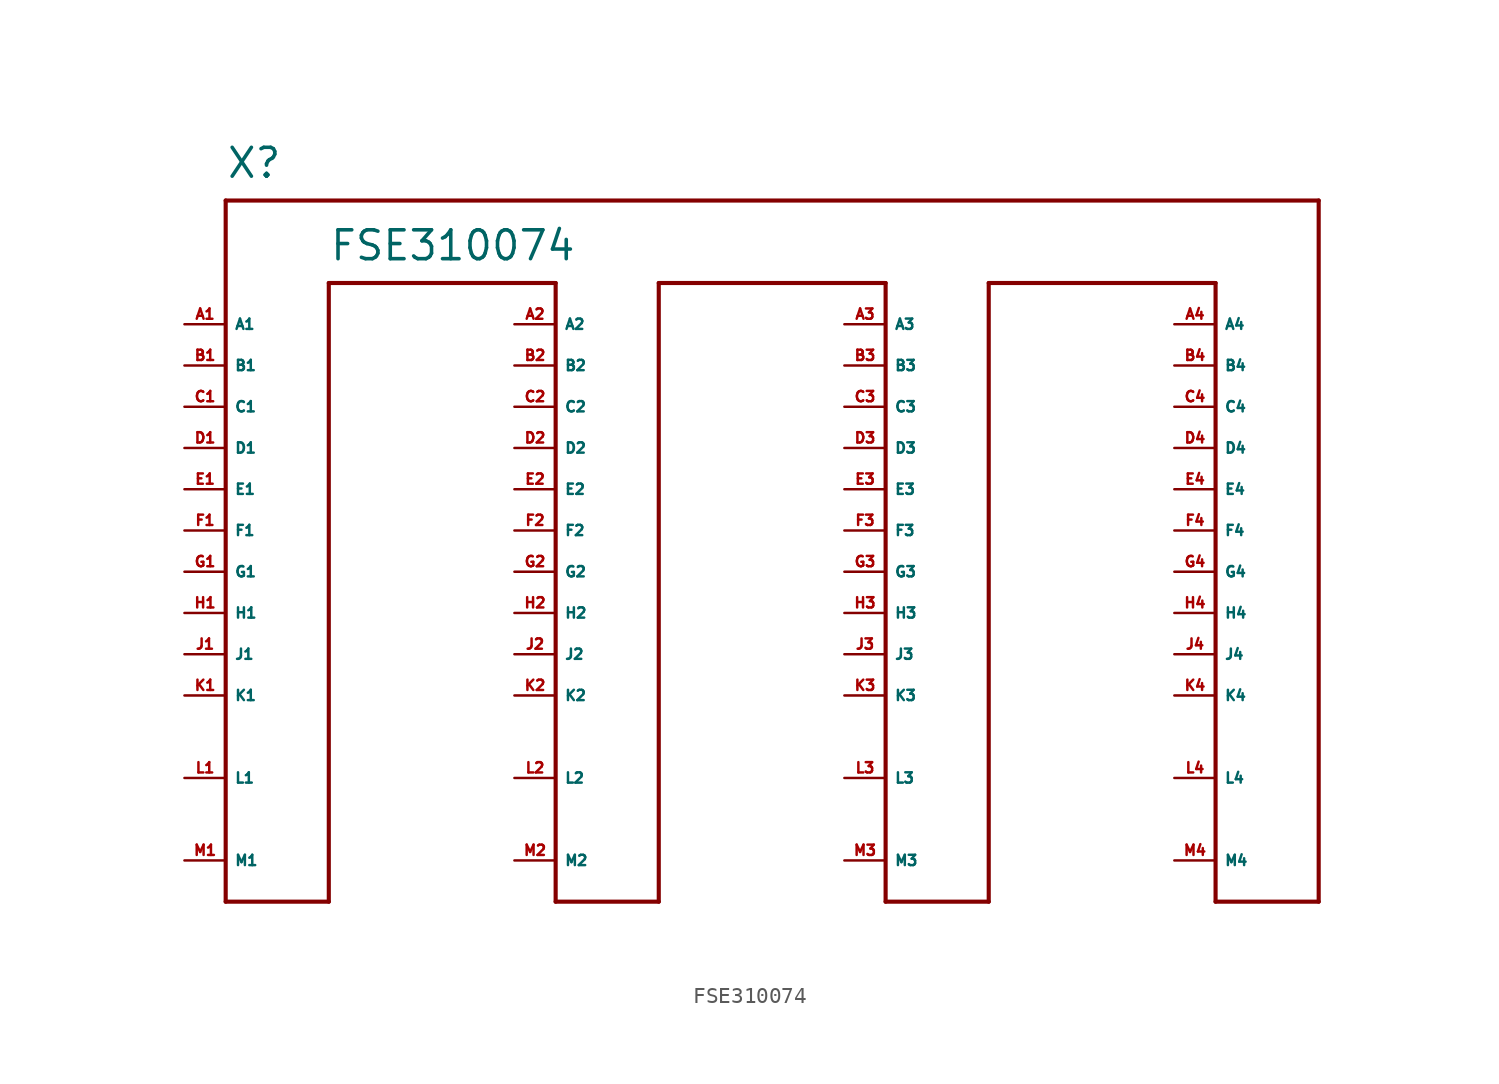
<source format=kicad_sym>
(kicad_symbol_lib
  (version 20220914)
  (generator Eagle2Kicad)
  (symbol "FSE310074"
    (property "Reference" "X"
      (at -40.64 24.13 0)
      (effects (font (size 1.778 1.778) (thickness 0.22)) (justify left bottom)))
    (property "Value" "FSE310074"
      (at -34.29 19.05 0)
      (effects (font (size 1.778 1.778) (thickness 0.22)) (justify left bottom)))
    (polyline
      (pts (xy -40.64 -20.32) (xy -40.64 22.86))
      (stroke (width 0.254) (type default))
      (fill (type none)))
    (polyline
      (pts (xy -40.64 22.86) (xy 26.67 22.86))
      (stroke (width 0.254) (type default))
      (fill (type none)))
    (polyline
      (pts (xy 26.67 22.86) (xy 26.67 -20.32))
      (stroke (width 0.254) (type default))
      (fill (type none)))
    (polyline
      (pts (xy 26.67 -20.32) (xy 20.32 -20.32))
      (stroke (width 0.254) (type default))
      (fill (type none)))
    (polyline
      (pts (xy 20.32 -20.32) (xy 20.32 17.78))
      (stroke (width 0.254) (type default))
      (fill (type none)))
    (polyline
      (pts (xy 20.32 17.78) (xy 6.35 17.78))
      (stroke (width 0.254) (type default))
      (fill (type none)))
    (polyline
      (pts (xy 6.35 17.78) (xy 6.35 -20.32))
      (stroke (width 0.254) (type default))
      (fill (type none)))
    (polyline
      (pts (xy 6.35 -20.32) (xy 0 -20.32))
      (stroke (width 0.254) (type default))
      (fill (type none)))
    (polyline
      (pts (xy 0 -20.32) (xy 0 17.78))
      (stroke (width 0.254) (type default))
      (fill (type none)))
    (polyline
      (pts (xy 0 17.78) (xy -13.97 17.78))
      (stroke (width 0.254) (type default))
      (fill (type none)))
    (polyline
      (pts (xy -13.97 17.78) (xy -13.97 -20.32))
      (stroke (width 0.254) (type default))
      (fill (type none)))
    (polyline
      (pts (xy -13.97 -20.32) (xy -20.32 -20.32))
      (stroke (width 0.254) (type default))
      (fill (type none)))
    (polyline
      (pts (xy -20.32 -20.32) (xy -20.32 17.78))
      (stroke (width 0.254) (type default))
      (fill (type none)))
    (polyline
      (pts (xy -20.32 17.78) (xy -34.29 17.78))
      (stroke (width 0.254) (type default))
      (fill (type none)))
    (polyline
      (pts (xy -34.29 17.78) (xy -34.29 -20.32))
      (stroke (width 0.254) (type default))
      (fill (type none)))
    (polyline
      (pts (xy -34.29 -20.32) (xy -40.64 -20.32))
      (stroke (width 0.254) (type default))
      (fill (type none)))
    (pin passive line
      (at -43.18 15.24 0)
      (length 2.54)
      (name "A1" (effects (font (size 0.635 0.635) (thickness 0.08)) (justify left bottom)))
      (number "A1" (effects (font (size 0.635 0.635) (thickness 0.08)) (justify left bottom))))
    (pin passive line
      (at -22.86 15.24 0)
      (length 2.54)
      (name "A2" (effects (font (size 0.635 0.635) (thickness 0.08)) (justify left bottom)))
      (number "A2" (effects (font (size 0.635 0.635) (thickness 0.08)) (justify left bottom))))
    (pin passive line
      (at -2.54 15.24 0)
      (length 2.54)
      (name "A3" (effects (font (size 0.635 0.635) (thickness 0.08)) (justify left bottom)))
      (number "A3" (effects (font (size 0.635 0.635) (thickness 0.08)) (justify left bottom))))
    (pin passive line
      (at 17.78 15.24 0)
      (length 2.54)
      (name "A4" (effects (font (size 0.635 0.635) (thickness 0.08)) (justify left bottom)))
      (number "A4" (effects (font (size 0.635 0.635) (thickness 0.08)) (justify left bottom))))
    (pin passive line
      (at -43.18 12.7 0)
      (length 2.54)
      (name "B1" (effects (font (size 0.635 0.635) (thickness 0.08)) (justify left bottom)))
      (number "B1" (effects (font (size 0.635 0.635) (thickness 0.08)) (justify left bottom))))
    (pin passive line
      (at -22.86 12.7 0)
      (length 2.54)
      (name "B2" (effects (font (size 0.635 0.635) (thickness 0.08)) (justify left bottom)))
      (number "B2" (effects (font (size 0.635 0.635) (thickness 0.08)) (justify left bottom))))
    (pin passive line
      (at -2.54 12.7 0)
      (length 2.54)
      (name "B3" (effects (font (size 0.635 0.635) (thickness 0.08)) (justify left bottom)))
      (number "B3" (effects (font (size 0.635 0.635) (thickness 0.08)) (justify left bottom))))
    (pin passive line
      (at 17.78 12.7 0)
      (length 2.54)
      (name "B4" (effects (font (size 0.635 0.635) (thickness 0.08)) (justify left bottom)))
      (number "B4" (effects (font (size 0.635 0.635) (thickness 0.08)) (justify left bottom))))
    (pin passive line
      (at -43.18 10.16 0)
      (length 2.54)
      (name "C1" (effects (font (size 0.635 0.635) (thickness 0.08)) (justify left bottom)))
      (number "C1" (effects (font (size 0.635 0.635) (thickness 0.08)) (justify left bottom))))
    (pin passive line
      (at -22.86 10.16 0)
      (length 2.54)
      (name "C2" (effects (font (size 0.635 0.635) (thickness 0.08)) (justify left bottom)))
      (number "C2" (effects (font (size 0.635 0.635) (thickness 0.08)) (justify left bottom))))
    (pin passive line
      (at -2.54 10.16 0)
      (length 2.54)
      (name "C3" (effects (font (size 0.635 0.635) (thickness 0.08)) (justify left bottom)))
      (number "C3" (effects (font (size 0.635 0.635) (thickness 0.08)) (justify left bottom))))
    (pin passive line
      (at 17.78 10.16 0)
      (length 2.54)
      (name "C4" (effects (font (size 0.635 0.635) (thickness 0.08)) (justify left bottom)))
      (number "C4" (effects (font (size 0.635 0.635) (thickness 0.08)) (justify left bottom))))
    (pin passive line
      (at -43.18 7.62 0)
      (length 2.54)
      (name "D1" (effects (font (size 0.635 0.635) (thickness 0.08)) (justify left bottom)))
      (number "D1" (effects (font (size 0.635 0.635) (thickness 0.08)) (justify left bottom))))
    (pin passive line
      (at -22.86 7.62 0)
      (length 2.54)
      (name "D2" (effects (font (size 0.635 0.635) (thickness 0.08)) (justify left bottom)))
      (number "D2" (effects (font (size 0.635 0.635) (thickness 0.08)) (justify left bottom))))
    (pin passive line
      (at -2.54 7.62 0)
      (length 2.54)
      (name "D3" (effects (font (size 0.635 0.635) (thickness 0.08)) (justify left bottom)))
      (number "D3" (effects (font (size 0.635 0.635) (thickness 0.08)) (justify left bottom))))
    (pin passive line
      (at 17.78 7.62 0)
      (length 2.54)
      (name "D4" (effects (font (size 0.635 0.635) (thickness 0.08)) (justify left bottom)))
      (number "D4" (effects (font (size 0.635 0.635) (thickness 0.08)) (justify left bottom))))
    (pin passive line
      (at -43.18 5.08 0)
      (length 2.54)
      (name "E1" (effects (font (size 0.635 0.635) (thickness 0.08)) (justify left bottom)))
      (number "E1" (effects (font (size 0.635 0.635) (thickness 0.08)) (justify left bottom))))
    (pin passive line
      (at -22.86 5.08 0)
      (length 2.54)
      (name "E2" (effects (font (size 0.635 0.635) (thickness 0.08)) (justify left bottom)))
      (number "E2" (effects (font (size 0.635 0.635) (thickness 0.08)) (justify left bottom))))
    (pin passive line
      (at -2.54 5.08 0)
      (length 2.54)
      (name "E3" (effects (font (size 0.635 0.635) (thickness 0.08)) (justify left bottom)))
      (number "E3" (effects (font (size 0.635 0.635) (thickness 0.08)) (justify left bottom))))
    (pin passive line
      (at 17.78 5.08 0)
      (length 2.54)
      (name "E4" (effects (font (size 0.635 0.635) (thickness 0.08)) (justify left bottom)))
      (number "E4" (effects (font (size 0.635 0.635) (thickness 0.08)) (justify left bottom))))
    (pin passive line
      (at -43.18 2.54 0)
      (length 2.54)
      (name "F1" (effects (font (size 0.635 0.635) (thickness 0.08)) (justify left bottom)))
      (number "F1" (effects (font (size 0.635 0.635) (thickness 0.08)) (justify left bottom))))
    (pin passive line
      (at -22.86 2.54 0)
      (length 2.54)
      (name "F2" (effects (font (size 0.635 0.635) (thickness 0.08)) (justify left bottom)))
      (number "F2" (effects (font (size 0.635 0.635) (thickness 0.08)) (justify left bottom))))
    (pin passive line
      (at -2.54 2.54 0)
      (length 2.54)
      (name "F3" (effects (font (size 0.635 0.635) (thickness 0.08)) (justify left bottom)))
      (number "F3" (effects (font (size 0.635 0.635) (thickness 0.08)) (justify left bottom))))
    (pin passive line
      (at 17.78 2.54 0)
      (length 2.54)
      (name "F4" (effects (font (size 0.635 0.635) (thickness 0.08)) (justify left bottom)))
      (number "F4" (effects (font (size 0.635 0.635) (thickness 0.08)) (justify left bottom))))
    (pin passive line
      (at -43.18 0 0)
      (length 2.54)
      (name "G1" (effects (font (size 0.635 0.635) (thickness 0.08)) (justify left bottom)))
      (number "G1" (effects (font (size 0.635 0.635) (thickness 0.08)) (justify left bottom))))
    (pin passive line
      (at -22.86 0 0)
      (length 2.54)
      (name "G2" (effects (font (size 0.635 0.635) (thickness 0.08)) (justify left bottom)))
      (number "G2" (effects (font (size 0.635 0.635) (thickness 0.08)) (justify left bottom))))
    (pin passive line
      (at -2.54 0 0)
      (length 2.54)
      (name "G3" (effects (font (size 0.635 0.635) (thickness 0.08)) (justify left bottom)))
      (number "G3" (effects (font (size 0.635 0.635) (thickness 0.08)) (justify left bottom))))
    (pin passive line
      (at 17.78 0 0)
      (length 2.54)
      (name "G4" (effects (font (size 0.635 0.635) (thickness 0.08)) (justify left bottom)))
      (number "G4" (effects (font (size 0.635 0.635) (thickness 0.08)) (justify left bottom))))
    (pin passive line
      (at -43.18 -2.54 0)
      (length 2.54)
      (name "H1" (effects (font (size 0.635 0.635) (thickness 0.08)) (justify left bottom)))
      (number "H1" (effects (font (size 0.635 0.635) (thickness 0.08)) (justify left bottom))))
    (pin passive line
      (at -22.86 -2.54 0)
      (length 2.54)
      (name "H2" (effects (font (size 0.635 0.635) (thickness 0.08)) (justify left bottom)))
      (number "H2" (effects (font (size 0.635 0.635) (thickness 0.08)) (justify left bottom))))
    (pin passive line
      (at -2.54 -2.54 0)
      (length 2.54)
      (name "H3" (effects (font (size 0.635 0.635) (thickness 0.08)) (justify left bottom)))
      (number "H3" (effects (font (size 0.635 0.635) (thickness 0.08)) (justify left bottom))))
    (pin passive line
      (at 17.78 -2.54 0)
      (length 2.54)
      (name "H4" (effects (font (size 0.635 0.635) (thickness 0.08)) (justify left bottom)))
      (number "H4" (effects (font (size 0.635 0.635) (thickness 0.08)) (justify left bottom))))
    (pin passive line
      (at -43.18 -5.08 0)
      (length 2.54)
      (name "J1" (effects (font (size 0.635 0.635) (thickness 0.08)) (justify left bottom)))
      (number "J1" (effects (font (size 0.635 0.635) (thickness 0.08)) (justify left bottom))))
    (pin passive line
      (at -22.86 -5.08 0)
      (length 2.54)
      (name "J2" (effects (font (size 0.635 0.635) (thickness 0.08)) (justify left bottom)))
      (number "J2" (effects (font (size 0.635 0.635) (thickness 0.08)) (justify left bottom))))
    (pin passive line
      (at -2.54 -5.08 0)
      (length 2.54)
      (name "J3" (effects (font (size 0.635 0.635) (thickness 0.08)) (justify left bottom)))
      (number "J3" (effects (font (size 0.635 0.635) (thickness 0.08)) (justify left bottom))))
    (pin passive line
      (at 17.78 -5.08 0)
      (length 2.54)
      (name "J4" (effects (font (size 0.635 0.635) (thickness 0.08)) (justify left bottom)))
      (number "J4" (effects (font (size 0.635 0.635) (thickness 0.08)) (justify left bottom))))
    (pin passive line
      (at -43.18 -7.62 0)
      (length 2.54)
      (name "K1" (effects (font (size 0.635 0.635) (thickness 0.08)) (justify left bottom)))
      (number "K1" (effects (font (size 0.635 0.635) (thickness 0.08)) (justify left bottom))))
    (pin passive line
      (at -22.86 -7.62 0)
      (length 2.54)
      (name "K2" (effects (font (size 0.635 0.635) (thickness 0.08)) (justify left bottom)))
      (number "K2" (effects (font (size 0.635 0.635) (thickness 0.08)) (justify left bottom))))
    (pin passive line
      (at -2.54 -7.62 0)
      (length 2.54)
      (name "K3" (effects (font (size 0.635 0.635) (thickness 0.08)) (justify left bottom)))
      (number "K3" (effects (font (size 0.635 0.635) (thickness 0.08)) (justify left bottom))))
    (pin passive line
      (at 17.78 -7.62 0)
      (length 2.54)
      (name "K4" (effects (font (size 0.635 0.635) (thickness 0.08)) (justify left bottom)))
      (number "K4" (effects (font (size 0.635 0.635) (thickness 0.08)) (justify left bottom))))
    (pin passive line
      (at -43.18 -12.7 0)
      (length 2.54)
      (name "L1" (effects (font (size 0.635 0.635) (thickness 0.08)) (justify left bottom)))
      (number "L1" (effects (font (size 0.635 0.635) (thickness 0.08)) (justify left bottom))))
    (pin passive line
      (at -22.86 -12.7 0)
      (length 2.54)
      (name "L2" (effects (font (size 0.635 0.635) (thickness 0.08)) (justify left bottom)))
      (number "L2" (effects (font (size 0.635 0.635) (thickness 0.08)) (justify left bottom))))
    (pin passive line
      (at -2.54 -12.7 0)
      (length 2.54)
      (name "L3" (effects (font (size 0.635 0.635) (thickness 0.08)) (justify left bottom)))
      (number "L3" (effects (font (size 0.635 0.635) (thickness 0.08)) (justify left bottom))))
    (pin passive line
      (at 17.78 -12.7 0)
      (length 2.54)
      (name "L4" (effects (font (size 0.635 0.635) (thickness 0.08)) (justify left bottom)))
      (number "L4" (effects (font (size 0.635 0.635) (thickness 0.08)) (justify left bottom))))
    (pin passive line
      (at -43.18 -17.78 0)
      (length 2.54)
      (name "M1" (effects (font (size 0.635 0.635) (thickness 0.08)) (justify left bottom)))
      (number "M1" (effects (font (size 0.635 0.635) (thickness 0.08)) (justify left bottom))))
    (pin passive line
      (at -22.86 -17.78 0)
      (length 2.54)
      (name "M2" (effects (font (size 0.635 0.635) (thickness 0.08)) (justify left bottom)))
      (number "M2" (effects (font (size 0.635 0.635) (thickness 0.08)) (justify left bottom))))
    (pin passive line
      (at -2.54 -17.78 0)
      (length 2.54)
      (name "M3" (effects (font (size 0.635 0.635) (thickness 0.08)) (justify left bottom)))
      (number "M3" (effects (font (size 0.635 0.635) (thickness 0.08)) (justify left bottom))))
    (pin passive line
      (at 17.78 -17.78 0)
      (length 2.54)
      (name "M4" (effects (font (size 0.635 0.635) (thickness 0.08)) (justify left bottom)))
      (number "M4" (effects (font (size 0.635 0.635) (thickness 0.08)) (justify left bottom))))))
</source>
